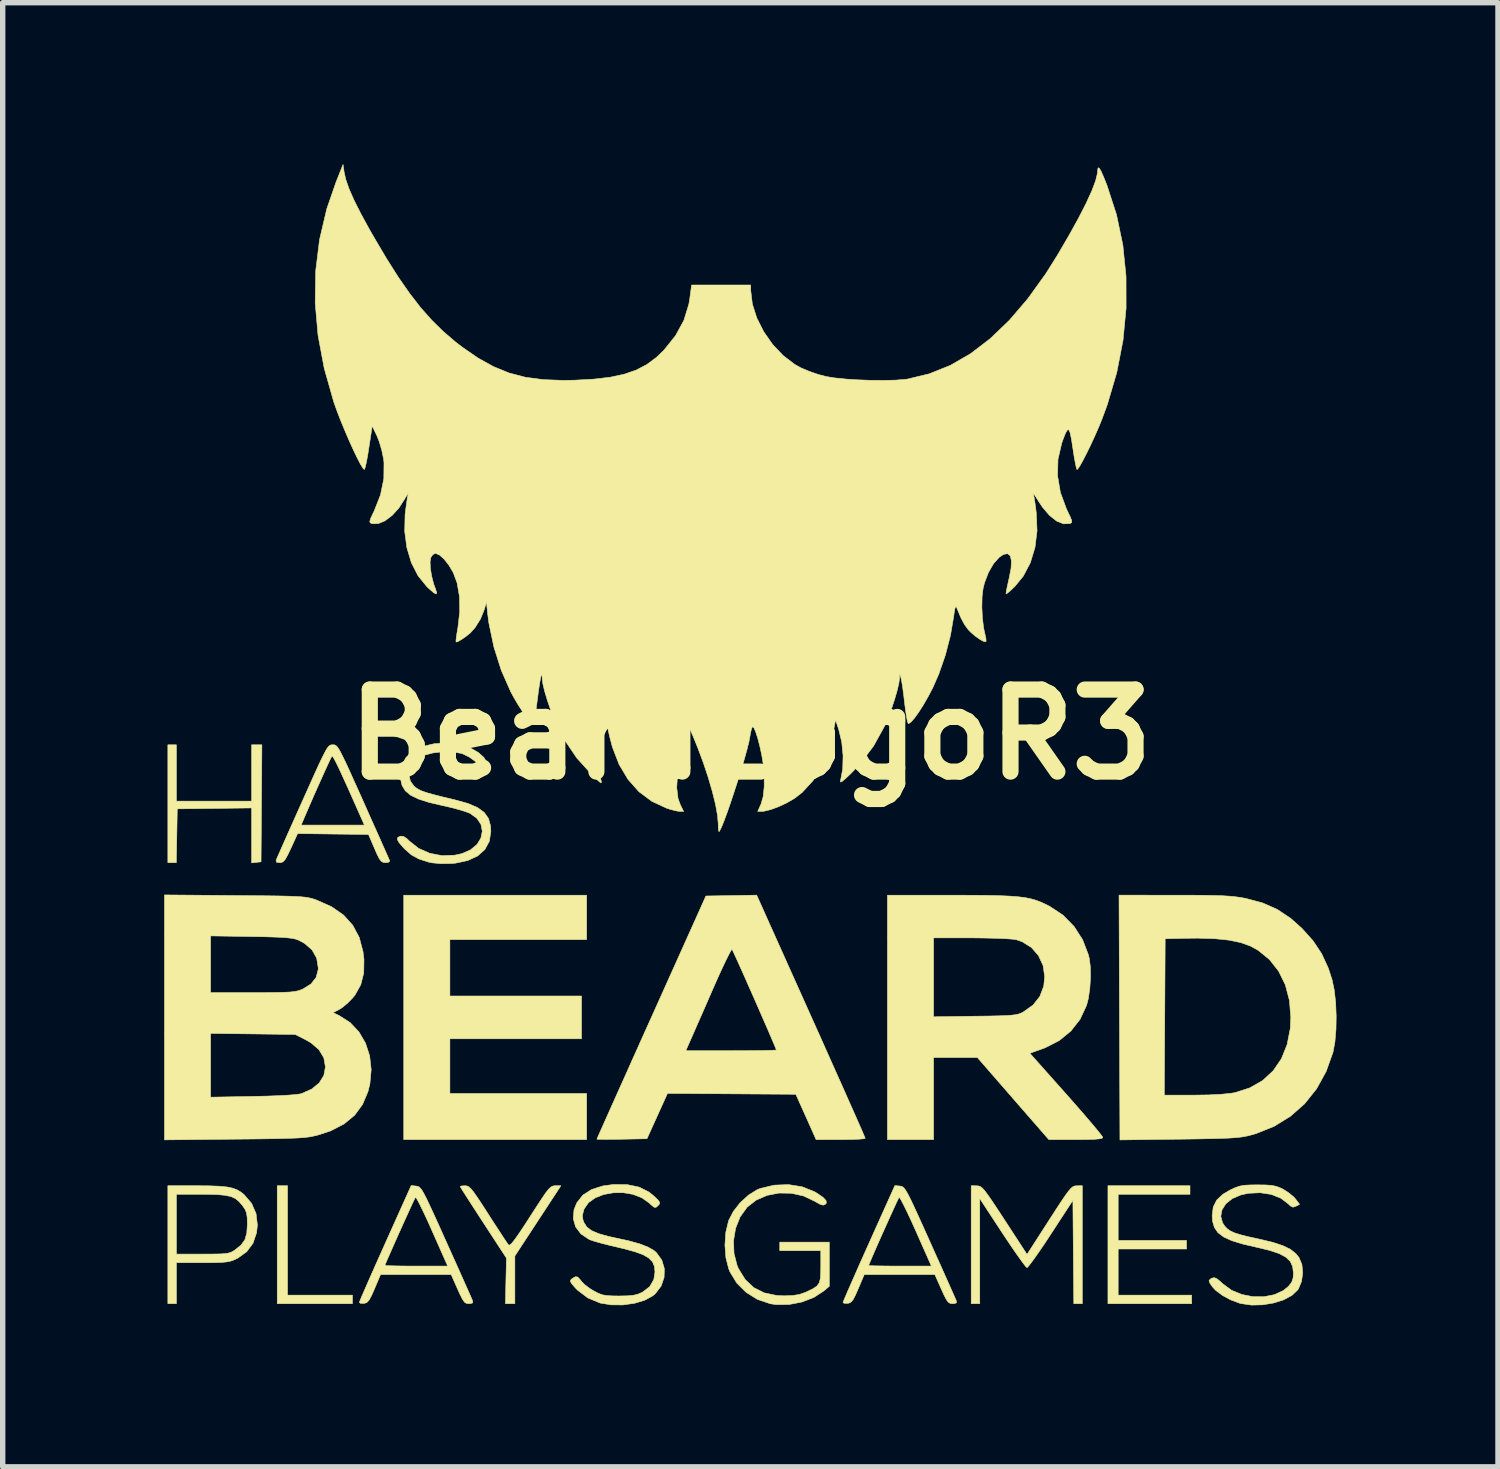
<source format=kicad_pcb>
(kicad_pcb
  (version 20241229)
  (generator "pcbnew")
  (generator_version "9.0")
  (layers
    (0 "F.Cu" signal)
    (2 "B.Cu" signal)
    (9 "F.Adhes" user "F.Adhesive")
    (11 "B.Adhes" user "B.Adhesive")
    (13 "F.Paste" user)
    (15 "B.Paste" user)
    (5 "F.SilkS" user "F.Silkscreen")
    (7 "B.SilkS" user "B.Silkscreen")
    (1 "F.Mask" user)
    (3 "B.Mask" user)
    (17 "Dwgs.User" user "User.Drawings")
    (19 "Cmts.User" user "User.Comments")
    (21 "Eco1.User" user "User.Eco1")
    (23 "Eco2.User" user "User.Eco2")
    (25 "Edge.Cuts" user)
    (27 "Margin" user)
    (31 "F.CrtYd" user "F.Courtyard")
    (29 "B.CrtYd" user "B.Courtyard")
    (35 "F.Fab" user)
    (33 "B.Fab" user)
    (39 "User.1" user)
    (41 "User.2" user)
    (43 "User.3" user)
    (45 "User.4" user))
  (footprint "BeardLogoR3"
    (layer "F.Cu")
    (at 10.895 10.594)
    (property "Reference" "BeardLogoR3" (at 0 0 0) (layer "F.SilkS") (effects (font (size 1.524 1.524) (thickness 0.3))))
    (attr through_hole)
    (fp_poly (pts (xy -8.604 10.414) (xy -7.398 10.414) (xy -7.398 10.573) (xy -8.795 10.573) (xy -8.795 8.382) (xy -8.604 8.382) (xy -8.604 10.414)) (stroke (width 0.01) (type solid)) (fill yes) (layer "F.SilkS"))
    (fp_poly (pts (xy -3.048 3.81) (xy -5.588 3.81) (xy -5.588 4.858) (xy -3.143 4.858) (xy -3.143 5.652) (xy -5.588 5.652) (xy -5.588 6.668) (xy -3.048 6.668) (xy -3.048 7.525) (xy -6.445 7.525) (xy -6.445 2.985) (xy -3.048 2.985) (xy -3.048 3.81)) (stroke (width 0.01) (type solid)) (fill yes) (layer "F.SilkS"))
    (fp_poly (pts (xy 8.16 8.541) (xy 6.826 8.541) (xy 6.826 9.398) (xy 8.096 9.398) (xy 8.096 9.557) (xy 6.826 9.557) (xy 6.826 10.414) (xy 8.191 10.414) (xy 8.191 10.573) (xy 6.636 10.573) (xy 6.636 8.382) (xy 8.16 8.382) (xy 8.16 8.541)) (stroke (width 0.01) (type solid)) (fill yes) (layer "F.SilkS"))
    (fp_poly (pts (xy -10.668 1.238) (xy -9.271 1.238) (xy -9.271 0.191) (xy -9.08 0.191) (xy -9.088 1.278) (xy -9.096 2.365) (xy -9.184 2.375) (xy -9.271 2.385) (xy -9.271 1.364) (xy -9.962 1.373) (xy -10.652 1.381) (xy -10.661 1.881) (xy -10.67 2.381) (xy -10.827 2.381) (xy -10.827 0.191) (xy -10.668 0.191) (xy -10.668 1.238)) (stroke (width 0.01) (type solid)) (fill yes) (layer "F.SilkS"))
    (fp_poly (pts (xy -4.381 9.687) (xy -4.381 10.573) (xy -4.469 10.573) (xy -4.556 10.573) (xy -4.547 10.15) (xy -4.537 9.727) (xy -4.967 9.068) (xy -5.085 8.886) (xy -5.191 8.722) (xy -5.28 8.584) (xy -5.347 8.479) (xy -5.387 8.414) (xy -5.397 8.395) (xy -5.37 8.386) (xy -5.305 8.382) (xy -5.271 8.386) (xy -5.237 8.402) (xy -5.198 8.437) (xy -5.148 8.498) (xy -5.082 8.592) (xy -4.993 8.726) (xy -4.876 8.907) (xy -4.872 8.914) (xy -4.766 9.079) (xy -4.669 9.227) (xy -4.589 9.35) (xy -4.53 9.437) (xy -4.498 9.482) (xy -4.496 9.484) (xy -4.475 9.483) (xy -4.437 9.449) (xy -4.38 9.377) (xy -4.299 9.262) (xy -4.192 9.101) (xy -4.096 8.952) (xy -3.974 8.763) (xy -3.881 8.622) (xy -3.812 8.52) (xy -3.759 8.452) (xy -3.718 8.411) (xy -3.684 8.391) (xy -3.651 8.383) (xy -3.628 8.382) (xy -3.526 8.382) (xy -4.381 9.687)) (stroke (width 0.01) (type solid)) (fill yes) (layer "F.SilkS"))
    (fp_poly (pts (xy 6.16 10.573) (xy 6.002 10.573) (xy 5.993 9.613) (xy 5.985 8.653) (xy 5.576 9.28) (xy 5.46 9.456) (xy 5.353 9.613) (xy 5.262 9.743) (xy 5.19 9.839) (xy 5.145 9.894) (xy 5.132 9.904) (xy 5.105 9.878) (xy 5.049 9.805) (xy 4.969 9.694) (xy 4.87 9.552) (xy 4.758 9.386) (xy 4.675 9.261) (xy 4.255 8.62) (xy 4.255 9.596) (xy 4.255 10.573) (xy 4.096 10.573) (xy 4.096 8.382) (xy 4.199 8.383) (xy 4.233 8.386) (xy 4.265 8.397) (xy 4.3 8.423) (xy 4.344 8.47) (xy 4.4 8.545) (xy 4.476 8.654) (xy 4.575 8.803) (xy 4.703 8.998) (xy 4.718 9.021) (xy 5.133 9.658) (xy 5.543 9.021) (xy 5.673 8.82) (xy 5.773 8.667) (xy 5.85 8.554) (xy 5.908 8.476) (xy 5.952 8.427) (xy 5.987 8.399) (xy 6.019 8.386) (xy 6.053 8.383) (xy 6.056 8.383) (xy 6.16 8.382) (xy 6.16 10.573)) (stroke (width 0.01) (type solid)) (fill yes) (layer "F.SilkS"))
    (fp_poly (pts (xy -10.295 8.382) (xy -10.057 8.384) (xy -9.872 8.391) (xy -9.729 8.405) (xy -9.62 8.428) (xy -9.533 8.462) (xy -9.459 8.508) (xy -9.411 8.547) (xy -9.272 8.709) (xy -9.189 8.899) (xy -9.164 9.11) (xy -9.179 9.254) (xy -9.245 9.45) (xy -9.362 9.608) (xy -9.527 9.726) (xy -9.535 9.73) (xy -9.601 9.761) (xy -9.663 9.783) (xy -9.733 9.797) (xy -9.825 9.806) (xy -9.951 9.81) (xy -10.124 9.811) (xy -10.182 9.811) (xy -10.668 9.811) (xy -10.668 10.573) (xy -10.827 10.573) (xy -10.827 8.541) (xy -10.668 8.541) (xy -10.668 9.652) (xy -10.181 9.652) (xy -9.992 9.651) (xy -9.856 9.649) (xy -9.76 9.642) (xy -9.693 9.631) (xy -9.643 9.613) (xy -9.599 9.588) (xy -9.588 9.581) (xy -9.47 9.487) (xy -9.397 9.387) (xy -9.361 9.264) (xy -9.35 9.1) (xy -9.353 8.972) (xy -9.366 8.886) (xy -9.394 8.819) (xy -9.442 8.749) (xy -9.506 8.675) (xy -9.574 8.62) (xy -9.658 8.582) (xy -9.769 8.559) (xy -9.916 8.546) (xy -10.112 8.541) (xy -10.207 8.541) (xy -10.668 8.541) (xy -10.827 8.541) (xy -10.827 8.382) (xy -10.295 8.382)) (stroke (width 0.01) (type solid)) (fill yes) (layer "F.SilkS"))
    (fp_poly (pts (xy 0.953 8.401) (xy 1.181 8.491) (xy 1.235 8.523) (xy 1.345 8.599) (xy 1.4 8.658) (xy 1.405 8.704) (xy 1.385 8.728) (xy 1.346 8.743) (xy 1.288 8.727) (xy 1.198 8.676) (xy 1.192 8.672) (xy 0.983 8.573) (xy 0.757 8.522) (xy 0.527 8.518) (xy 0.304 8.561) (xy 0.102 8.649) (xy -0.066 8.78) (xy -0.069 8.784) (xy -0.197 8.962) (xy -0.281 9.174) (xy -0.319 9.405) (xy -0.31 9.641) (xy -0.252 9.865) (xy -0.227 9.923) (xy -0.102 10.125) (xy 0.056 10.274) (xy 0.251 10.372) (xy 0.485 10.421) (xy 0.619 10.427) (xy 0.781 10.421) (xy 0.906 10.401) (xy 1.019 10.361) (xy 1.031 10.356) (xy 1.15 10.299) (xy 1.228 10.248) (xy 1.273 10.186) (xy 1.295 10.1) (xy 1.301 9.973) (xy 1.302 9.885) (xy 1.302 9.588) (xy 0.54 9.588) (xy 0.54 9.43) (xy 1.46 9.43) (xy 1.46 10.25) (xy 1.357 10.337) (xy 1.171 10.458) (xy 0.948 10.543) (xy 0.708 10.589) (xy 0.47 10.59) (xy 0.362 10.574) (xy 0.124 10.493) (xy -0.086 10.362) (xy -0.259 10.19) (xy -0.385 9.983) (xy -0.408 9.927) (xy -0.461 9.718) (xy -0.479 9.482) (xy -0.462 9.245) (xy -0.411 9.033) (xy -0.409 9.026) (xy -0.322 8.859) (xy -0.195 8.697) (xy -0.042 8.557) (xy 0.118 8.457) (xy 0.176 8.433) (xy 0.437 8.371) (xy 0.701 8.361) (xy 0.953 8.401)) (stroke (width 0.01) (type solid)) (fill yes) (layer "F.SilkS"))
    (fp_poly (pts (xy 7.874 2.985) (xy 8.17 2.985) (xy 8.411 2.987) (xy 8.605 2.99) (xy 8.762 2.995) (xy 8.89 3.003) (xy 8.996 3.013) (xy 9.091 3.026) (xy 9.182 3.042) (xy 9.201 3.046) (xy 9.512 3.13) (xy 9.782 3.249) (xy 10.028 3.413) (xy 10.241 3.603) (xy 10.448 3.834) (xy 10.606 4.072) (xy 10.729 4.339) (xy 10.8 4.558) (xy 10.84 4.749) (xy 10.866 4.98) (xy 10.876 5.23) (xy 10.872 5.481) (xy 10.852 5.711) (xy 10.817 5.9) (xy 10.816 5.905) (xy 10.688 6.262) (xy 10.512 6.581) (xy 10.29 6.859) (xy 10.025 7.093) (xy 9.72 7.28) (xy 9.38 7.416) (xy 9.312 7.435) (xy 9.24 7.454) (xy 9.168 7.469) (xy 9.087 7.481) (xy 8.99 7.49) (xy 8.87 7.498) (xy 8.717 7.503) (xy 8.525 7.508) (xy 8.286 7.513) (xy 7.992 7.517) (xy 7.962 7.517) (xy 6.859 7.531) (xy 6.856 6.699) (xy 7.683 6.699) (xy 8.231 6.699) (xy 8.509 6.695) (xy 8.741 6.683) (xy 8.921 6.665) (xy 8.994 6.653) (xy 9.271 6.564) (xy 9.509 6.428) (xy 9.706 6.246) (xy 9.859 6.022) (xy 9.965 5.758) (xy 10.023 5.46) (xy 10.033 5.255) (xy 10.007 4.938) (xy 9.931 4.65) (xy 9.807 4.397) (xy 9.638 4.182) (xy 9.427 4.01) (xy 9.283 3.93) (xy 9.105 3.866) (xy 8.886 3.82) (xy 8.62 3.793) (xy 8.303 3.783) (xy 8.111 3.785) (xy 7.699 3.794) (xy 7.691 5.247) (xy 7.683 6.699) (xy 6.856 6.699) (xy 6.842 2.984) (xy 7.874 2.985)) (stroke (width 0.01) (type solid)) (fill yes) (layer "F.SilkS"))
    (fp_poly (pts (xy -6.212 8.388) (xy -6.186 8.393) (xy -6.161 8.404) (xy -6.136 8.427) (xy -6.105 8.468) (xy -6.068 8.533) (xy -6.019 8.627) (xy -5.958 8.757) (xy -5.879 8.927) (xy -5.781 9.143) (xy -5.661 9.411) (xy -5.651 9.432) (xy -5.543 9.673) (xy -5.442 9.897) (xy -5.353 10.097) (xy -5.277 10.267) (xy -5.219 10.398) (xy -5.181 10.485) (xy -5.166 10.52) (xy -5.164 10.558) (xy -5.209 10.572) (xy -5.235 10.573) (xy -5.279 10.568) (xy -5.315 10.546) (xy -5.352 10.495) (xy -5.398 10.405) (xy -5.444 10.303) (xy -5.564 10.033) (xy -6.876 10.033) (xy -6.987 10.295) (xy -7.043 10.422) (xy -7.086 10.502) (xy -7.123 10.545) (xy -7.164 10.564) (xy -7.184 10.567) (xy -7.247 10.566) (xy -7.271 10.551) (xy -7.258 10.517) (xy -7.223 10.432) (xy -7.166 10.302) (xy -7.093 10.134) (xy -7.004 9.934) (xy -6.972 9.862) (xy -6.795 9.862) (xy -6.764 9.866) (xy -6.681 9.869) (xy -6.553 9.872) (xy -6.392 9.874) (xy -6.212 9.874) (xy -5.629 9.874) (xy -5.917 9.224) (xy -6 9.038) (xy -6.077 8.874) (xy -6.141 8.742) (xy -6.19 8.648) (xy -6.22 8.6) (xy -6.227 8.597) (xy -6.245 8.63) (xy -6.283 8.71) (xy -6.337 8.828) (xy -6.403 8.973) (xy -6.476 9.134) (xy -6.551 9.301) (xy -6.623 9.463) (xy -6.688 9.611) (xy -6.742 9.733) (xy -6.779 9.82) (xy -6.794 9.861) (xy -6.795 9.862) (xy -6.972 9.862) (xy -6.904 9.709) (xy -6.795 9.466) (xy -6.789 9.452) (xy -6.307 8.379) (xy -6.212 8.388)) (stroke (width 0.01) (type solid)) (fill yes) (layer "F.SilkS"))
    (fp_poly (pts (xy 2.774 8.388) (xy 2.8 8.393) (xy 2.824 8.404) (xy 2.85 8.427) (xy 2.88 8.468) (xy 2.918 8.533) (xy 2.966 8.627) (xy 3.028 8.757) (xy 3.106 8.927) (xy 3.204 9.143) (xy 3.325 9.411) (xy 3.334 9.432) (xy 3.442 9.673) (xy 3.543 9.897) (xy 3.632 10.097) (xy 3.708 10.267) (xy 3.766 10.398) (xy 3.805 10.485) (xy 3.819 10.52) (xy 3.821 10.558) (xy 3.777 10.572) (xy 3.751 10.573) (xy 3.706 10.568) (xy 3.67 10.546) (xy 3.633 10.495) (xy 3.587 10.405) (xy 3.541 10.303) (xy 3.421 10.033) (xy 2.109 10.033) (xy 1.998 10.295) (xy 1.942 10.422) (xy 1.9 10.502) (xy 1.862 10.545) (xy 1.821 10.564) (xy 1.801 10.567) (xy 1.738 10.566) (xy 1.714 10.551) (xy 1.727 10.517) (xy 1.763 10.432) (xy 1.819 10.302) (xy 1.893 10.134) (xy 1.981 9.934) (xy 2.012 9.863) (xy 2.191 9.863) (xy 2.221 9.867) (xy 2.305 9.87) (xy 2.432 9.872) (xy 2.593 9.874) (xy 2.773 9.874) (xy 3.356 9.874) (xy 3.068 9.224) (xy 2.984 9.038) (xy 2.908 8.875) (xy 2.843 8.743) (xy 2.794 8.649) (xy 2.764 8.601) (xy 2.757 8.597) (xy 2.739 8.63) (xy 2.701 8.71) (xy 2.647 8.828) (xy 2.581 8.973) (xy 2.509 9.134) (xy 2.434 9.3) (xy 2.362 9.463) (xy 2.297 9.611) (xy 2.244 9.734) (xy 2.207 9.821) (xy 2.191 9.862) (xy 2.191 9.863) (xy 2.012 9.863) (xy 2.081 9.709) (xy 2.19 9.466) (xy 2.196 9.452) (xy 2.678 8.379) (xy 2.774 8.388)) (stroke (width 0.01) (type solid)) (fill yes) (layer "F.SilkS"))
    (fp_poly (pts (xy 3.723 2.985) (xy 4.068 2.986) (xy 4.357 2.988) (xy 4.597 2.993) (xy 4.794 3.001) (xy 4.957 3.013) (xy 5.091 3.029) (xy 5.205 3.052) (xy 5.305 3.081) (xy 5.399 3.117) (xy 5.493 3.161) (xy 5.557 3.194) (xy 5.803 3.357) (xy 6.008 3.567) (xy 6.166 3.813) (xy 6.272 4.09) (xy 6.29 4.163) (xy 6.31 4.322) (xy 6.312 4.516) (xy 6.299 4.719) (xy 6.271 4.907) (xy 6.239 5.032) (xy 6.118 5.291) (xy 5.947 5.509) (xy 5.73 5.686) (xy 5.466 5.821) (xy 5.413 5.84) (xy 5.185 5.921) (xy 5.863 6.683) (xy 6.028 6.87) (xy 6.178 7.042) (xy 6.309 7.195) (xy 6.415 7.321) (xy 6.492 7.416) (xy 6.534 7.472) (xy 6.54 7.485) (xy 6.524 7.501) (xy 6.472 7.512) (xy 6.376 7.52) (xy 6.23 7.524) (xy 6.039 7.525) (xy 5.538 7.525) (xy 4.874 6.763) (xy 4.211 6.001) (xy 3.397 6.001) (xy 3.397 7.525) (xy 2.54 7.525) (xy 2.54 5.244) (xy 3.397 5.244) (xy 4.167 5.233) (xy 4.41 5.23) (xy 4.599 5.226) (xy 4.741 5.221) (xy 4.846 5.214) (xy 4.923 5.204) (xy 4.98 5.191) (xy 5.026 5.174) (xy 5.064 5.154) (xy 5.245 5.025) (xy 5.372 4.864) (xy 5.444 4.672) (xy 5.461 4.5) (xy 5.431 4.292) (xy 5.347 4.109) (xy 5.216 3.958) (xy 5.043 3.85) (xy 4.937 3.813) (xy 4.865 3.802) (xy 4.739 3.793) (xy 4.571 3.786) (xy 4.369 3.781) (xy 4.145 3.778) (xy 4.104 3.778) (xy 3.397 3.778) (xy 3.397 5.244) (xy 2.54 5.244) (xy 2.54 2.985) (xy 3.723 2.985)) (stroke (width 0.01) (type solid)) (fill yes) (layer "F.SilkS"))
    (fp_poly (pts (xy 1.119 5.231) (xy 1.279 5.587) (xy 1.43 5.926) (xy 1.572 6.244) (xy 1.703 6.536) (xy 1.819 6.798) (xy 1.92 7.025) (xy 2.003 7.213) (xy 2.067 7.358) (xy 2.108 7.455) (xy 2.127 7.499) (xy 2.127 7.501) (xy 2.097 7.51) (xy 2.015 7.517) (xy 1.892 7.522) (xy 1.739 7.524) (xy 1.671 7.525) (xy 1.215 7.525) (xy 1.027 7.104) (xy 0.838 6.683) (xy -1.546 6.667) (xy -1.927 7.509) (xy -2.392 7.518) (xy -2.556 7.52) (xy -2.694 7.521) (xy -2.797 7.52) (xy -2.851 7.518) (xy -2.857 7.517) (xy -2.845 7.487) (xy -2.808 7.404) (xy -2.749 7.271) (xy -2.67 7.094) (xy -2.573 6.877) (xy -2.46 6.624) (xy -2.332 6.34) (xy -2.193 6.028) (xy -2.123 5.874) (xy -1.206 5.874) (xy -0.365 5.874) (xy -0.141 5.873) (xy 0.06 5.872) (xy 0.231 5.87) (xy 0.362 5.867) (xy 0.447 5.864) (xy 0.476 5.86) (xy 0.464 5.826) (xy 0.429 5.743) (xy 0.376 5.619) (xy 0.309 5.463) (xy 0.23 5.282) (xy 0.145 5.087) (xy 0.056 4.884) (xy -0.033 4.684) (xy -0.117 4.493) (xy -0.194 4.322) (xy -0.259 4.177) (xy -0.309 4.069) (xy -0.339 4.005) (xy -0.347 3.991) (xy -0.365 4.012) (xy -0.405 4.085) (xy -0.463 4.201) (xy -0.535 4.353) (xy -0.618 4.535) (xy -0.707 4.737) (xy -0.802 4.955) (xy -0.893 5.163) (xy -0.976 5.351) (xy -1.046 5.511) (xy -1.098 5.63) (xy -1.125 5.691) (xy -1.206 5.874) (xy -2.123 5.874) (xy -2.043 5.694) (xy -1.885 5.342) (xy -1.845 5.254) (xy -0.832 3) (xy -0.361 2.992) (xy 0.111 2.984) (xy 1.119 5.231)) (stroke (width 0.01) (type solid)) (fill yes) (layer "F.SilkS"))
    (fp_poly (pts (xy -7.738 0.192) (xy -7.715 0.199) (xy -7.691 0.217) (xy -7.663 0.252) (xy -7.628 0.31) (xy -7.584 0.396) (xy -7.526 0.515) (xy -7.453 0.673) (xy -7.362 0.875) (xy -7.248 1.128) (xy -7.191 1.255) (xy -7.083 1.499) (xy -6.982 1.724) (xy -6.892 1.925) (xy -6.817 2.095) (xy -6.758 2.227) (xy -6.72 2.314) (xy -6.705 2.35) (xy -6.705 2.35) (xy -6.724 2.372) (xy -6.784 2.381) (xy -6.829 2.375) (xy -6.865 2.353) (xy -6.902 2.302) (xy -6.947 2.211) (xy -6.987 2.119) (xy -7.1 1.857) (xy -7.758 1.849) (xy -8.416 1.84) (xy -8.54 2.111) (xy -8.601 2.239) (xy -8.646 2.319) (xy -8.683 2.362) (xy -8.721 2.379) (xy -8.749 2.381) (xy -8.808 2.373) (xy -8.817 2.341) (xy -8.812 2.326) (xy -8.795 2.285) (xy -8.754 2.193) (xy -8.694 2.056) (xy -8.617 1.883) (xy -8.528 1.683) (xy -8.351 1.683) (xy -7.176 1.683) (xy -7.257 1.5) (xy -7.388 1.205) (xy -7.496 0.963) (xy -7.583 0.772) (xy -7.651 0.625) (xy -7.703 0.519) (xy -7.74 0.449) (xy -7.764 0.412) (xy -7.778 0.402) (xy -7.78 0.403) (xy -7.799 0.438) (xy -7.838 0.521) (xy -7.895 0.644) (xy -7.963 0.795) (xy -8.04 0.966) (xy -8.12 1.147) (xy -8.199 1.328) (xy -8.273 1.5) (xy -8.307 1.58) (xy -8.351 1.683) (xy -8.528 1.683) (xy -8.526 1.68) (xy -8.425 1.453) (xy -8.325 1.23) (xy -8.203 0.958) (xy -8.104 0.737) (xy -8.025 0.564) (xy -7.962 0.432) (xy -7.913 0.335) (xy -7.876 0.268) (xy -7.846 0.226) (xy -7.82 0.203) (xy -7.797 0.193) (xy -7.772 0.191) (xy -7.764 0.191) (xy -7.738 0.192)) (stroke (width 0.01) (type solid)) (fill yes) (layer "F.SilkS"))
    (fp_poly (pts (xy -5.423 0.183) (xy -5.22 0.243) (xy -5.063 0.332) (xy -4.957 0.426) (xy -4.912 0.5) (xy -4.927 0.554) (xy -4.949 0.569) (xy -4.996 0.581) (xy -5.049 0.558) (xy -5.121 0.496) (xy -5.225 0.421) (xy -5.345 0.361) (xy -5.379 0.35) (xy -5.538 0.323) (xy -5.72 0.321) (xy -5.9 0.342) (xy -6.055 0.382) (xy -6.117 0.411) (xy -6.245 0.509) (xy -6.324 0.624) (xy -6.35 0.748) (xy -6.321 0.868) (xy -6.259 0.953) (xy -6.219 0.989) (xy -6.171 1.02) (xy -6.107 1.05) (xy -6.018 1.081) (xy -5.895 1.115) (xy -5.728 1.158) (xy -5.509 1.21) (xy -5.482 1.217) (xy -5.249 1.282) (xy -5.073 1.358) (xy -4.949 1.449) (xy -4.871 1.56) (xy -4.833 1.696) (xy -4.827 1.8) (xy -4.855 1.983) (xy -4.938 2.136) (xy -5.072 2.256) (xy -5.255 2.341) (xy -5.484 2.39) (xy -5.572 2.397) (xy -5.755 2.399) (xy -5.917 2.384) (xy -5.985 2.37) (xy -6.165 2.312) (xy -6.305 2.235) (xy -6.429 2.126) (xy -6.456 2.097) (xy -6.533 2.007) (xy -6.565 1.949) (xy -6.557 1.913) (xy -6.51 1.889) (xy -6.509 1.889) (xy -6.451 1.891) (xy -6.381 1.939) (xy -6.342 1.978) (xy -6.17 2.115) (xy -5.964 2.206) (xy -5.736 2.25) (xy -5.499 2.242) (xy -5.362 2.212) (xy -5.202 2.141) (xy -5.084 2.042) (xy -5.012 1.924) (xy -4.986 1.797) (xy -5.01 1.672) (xy -5.085 1.558) (xy -5.212 1.466) (xy -5.222 1.461) (xy -5.305 1.43) (xy -5.431 1.392) (xy -5.584 1.352) (xy -5.726 1.32) (xy -5.978 1.261) (xy -6.173 1.198) (xy -6.317 1.128) (xy -6.416 1.046) (xy -6.476 0.947) (xy -6.505 0.827) (xy -6.509 0.746) (xy -6.482 0.571) (xy -6.402 0.425) (xy -6.264 0.305) (xy -6.264 0.304) (xy -6.084 0.219) (xy -5.873 0.17) (xy -5.647 0.159) (xy -5.423 0.183)) (stroke (width 0.01) (type solid)) (fill yes) (layer "F.SilkS"))
    (fp_poly (pts (xy 9.57 8.368) (xy 9.681 8.376) (xy 9.765 8.394) (xy 9.843 8.424) (xy 9.887 8.445) (xy 9.992 8.512) (xy 10.086 8.589) (xy 10.119 8.626) (xy 10.196 8.727) (xy 10.128 8.763) (xy 10.074 8.781) (xy 10.026 8.758) (xy 9.988 8.721) (xy 9.848 8.614) (xy 9.669 8.543) (xy 9.464 8.512) (xy 9.248 8.522) (xy 9.105 8.553) (xy 8.946 8.621) (xy 8.827 8.716) (xy 8.755 8.829) (xy 8.732 8.95) (xy 8.765 9.071) (xy 8.807 9.134) (xy 8.854 9.183) (xy 8.912 9.223) (xy 8.991 9.259) (xy 9.1 9.293) (xy 9.251 9.331) (xy 9.453 9.375) (xy 9.471 9.379) (xy 9.707 9.436) (xy 9.888 9.496) (xy 10.025 9.563) (xy 10.127 9.644) (xy 10.185 9.716) (xy 10.239 9.844) (xy 10.254 10) (xy 10.232 10.159) (xy 10.174 10.298) (xy 10.162 10.316) (xy 10.055 10.418) (xy 9.901 10.501) (xy 9.715 10.56) (xy 9.511 10.594) (xy 9.304 10.599) (xy 9.108 10.571) (xy 9.078 10.563) (xy 8.918 10.503) (xy 8.765 10.421) (xy 8.64 10.328) (xy 8.575 10.258) (xy 8.526 10.185) (xy 8.514 10.143) (xy 8.54 10.115) (xy 8.568 10.099) (xy 8.61 10.089) (xy 8.659 10.109) (xy 8.731 10.167) (xy 8.773 10.207) (xy 8.933 10.324) (xy 9.122 10.402) (xy 9.326 10.442) (xy 9.532 10.444) (xy 9.726 10.406) (xy 9.894 10.329) (xy 9.989 10.252) (xy 10.049 10.175) (xy 10.076 10.093) (xy 10.081 10.002) (xy 10.067 9.885) (xy 10.023 9.788) (xy 9.941 9.709) (xy 9.815 9.642) (xy 9.639 9.583) (xy 9.406 9.527) (xy 9.398 9.525) (xy 9.139 9.465) (xy 8.937 9.403) (xy 8.786 9.334) (xy 8.68 9.254) (xy 8.614 9.159) (xy 8.58 9.045) (xy 8.572 8.938) (xy 8.592 8.778) (xy 8.656 8.649) (xy 8.77 8.541) (xy 8.906 8.461) (xy 9.001 8.417) (xy 9.082 8.389) (xy 9.171 8.373) (xy 9.287 8.367) (xy 9.415 8.366) (xy 9.57 8.368)) (stroke (width 0.01) (type solid)) (fill yes) (layer "F.SilkS"))
    (fp_poly (pts (xy -2.29 8.362) (xy -2.071 8.408) (xy -1.887 8.501) (xy -1.799 8.573) (xy -1.725 8.644) (xy -1.693 8.688) (xy -1.695 8.72) (xy -1.722 8.752) (xy -1.759 8.783) (xy -1.793 8.782) (xy -1.842 8.744) (xy -1.884 8.704) (xy -2.022 8.606) (xy -2.188 8.542) (xy -2.369 8.511) (xy -2.554 8.513) (xy -2.731 8.545) (xy -2.888 8.607) (xy -3.013 8.696) (xy -3.094 8.813) (xy -3.103 8.837) (xy -3.126 8.934) (xy -3.116 9.016) (xy -3.096 9.068) (xy -3.045 9.148) (xy -2.958 9.215) (xy -2.828 9.271) (xy -2.647 9.322) (xy -2.524 9.349) (xy -2.265 9.405) (xy -2.062 9.462) (xy -1.909 9.521) (xy -1.799 9.584) (xy -1.754 9.622) (xy -1.652 9.762) (xy -1.604 9.922) (xy -1.609 10.087) (xy -1.664 10.246) (xy -1.771 10.386) (xy -1.819 10.427) (xy -1.969 10.509) (xy -2.16 10.566) (xy -2.373 10.596) (xy -2.59 10.595) (xy -2.793 10.562) (xy -2.796 10.561) (xy -3.023 10.468) (xy -3.219 10.32) (xy -3.272 10.264) (xy -3.331 10.194) (xy -3.351 10.153) (xy -3.338 10.125) (xy -3.316 10.107) (xy -3.256 10.072) (xy -3.213 10.078) (xy -3.163 10.132) (xy -3.148 10.154) (xy -3.085 10.218) (xy -2.989 10.291) (xy -2.915 10.336) (xy -2.829 10.381) (xy -2.753 10.409) (xy -2.667 10.423) (xy -2.552 10.429) (xy -2.445 10.43) (xy -2.29 10.427) (xy -2.181 10.417) (xy -2.097 10.397) (xy -2.02 10.364) (xy -2.009 10.358) (xy -1.876 10.257) (xy -1.8 10.125) (xy -1.778 9.985) (xy -1.788 9.881) (xy -1.824 9.796) (xy -1.893 9.725) (xy -2 9.663) (xy -2.154 9.607) (xy -2.361 9.551) (xy -2.478 9.523) (xy -2.643 9.484) (xy -2.794 9.445) (xy -2.916 9.41) (xy -2.993 9.383) (xy -3 9.38) (xy -3.153 9.278) (xy -3.253 9.146) (xy -3.296 8.994) (xy -3.282 8.827) (xy -3.231 8.7) (xy -3.119 8.557) (xy -2.956 8.452) (xy -2.744 8.385) (xy -2.551 8.359) (xy -2.29 8.362)) (stroke (width 0.01) (type solid)) (fill yes) (layer "F.SilkS"))
    (fp_poly (pts (xy -9.581 2.991) (xy -9.257 2.994) (xy -8.99 2.996) (xy -8.774 2.999) (xy -8.601 3.003) (xy -8.465 3.008) (xy -8.359 3.014) (xy -8.277 3.022) (xy -8.212 3.032) (xy -8.157 3.045) (xy -8.106 3.06) (xy -8.065 3.075) (xy -7.786 3.199) (xy -7.563 3.354) (xy -7.392 3.544) (xy -7.272 3.769) (xy -7.202 4.033) (xy -7.184 4.177) (xy -7.188 4.429) (xy -7.243 4.647) (xy -7.35 4.839) (xy -7.401 4.901) (xy -7.492 4.993) (xy -7.588 5.072) (xy -7.645 5.109) (xy -7.759 5.167) (xy -7.645 5.221) (xy -7.441 5.351) (xy -7.277 5.525) (xy -7.155 5.734) (xy -7.078 5.971) (xy -7.05 6.226) (xy -7.074 6.49) (xy -7.109 6.632) (xy -7.21 6.872) (xy -7.357 7.072) (xy -7.553 7.234) (xy -7.799 7.361) (xy -8.017 7.434) (xy -8.084 7.452) (xy -8.149 7.466) (xy -8.221 7.478) (xy -8.305 7.487) (xy -8.409 7.495) (xy -8.54 7.5) (xy -8.705 7.505) (xy -8.91 7.509) (xy -9.163 7.513) (xy -9.47 7.516) (xy -9.581 7.517) (xy -10.89 7.53) (xy -10.89 6.737) (xy -10.033 6.737) (xy -9.247 6.723) (xy -8.992 6.717) (xy -8.769 6.709) (xy -8.583 6.699) (xy -8.444 6.687) (xy -8.359 6.675) (xy -8.347 6.672) (xy -8.156 6.587) (xy -8.016 6.473) (xy -7.929 6.333) (xy -7.9 6.175) (xy -7.93 6.005) (xy -8.02 5.855) (xy -8.169 5.727) (xy -8.272 5.668) (xy -8.461 5.572) (xy -9.247 5.562) (xy -10.033 5.552) (xy -10.033 6.737) (xy -10.89 6.737) (xy -10.89 4.794) (xy -10.033 4.794) (xy -9.253 4.794) (xy -9.008 4.794) (xy -8.817 4.792) (xy -8.671 4.789) (xy -8.562 4.784) (xy -8.481 4.775) (xy -8.417 4.763) (xy -8.364 4.746) (xy -8.317 4.727) (xy -8.169 4.635) (xy -8.073 4.513) (xy -8.034 4.365) (xy -8.033 4.337) (xy -8.062 4.156) (xy -8.147 4.003) (xy -8.288 3.88) (xy -8.398 3.821) (xy -8.449 3.802) (xy -8.512 3.788) (xy -8.598 3.777) (xy -8.714 3.768) (xy -8.869 3.762) (xy -9.072 3.756) (xy -9.279 3.753) (xy -10.033 3.741) (xy -10.033 4.794) (xy -10.89 4.794) (xy -10.89 2.98) (xy -9.581 2.991)) (stroke (width 0.01) (type solid)) (fill yes) (layer "F.SilkS"))
    (fp_poly (pts (xy -7.552 -10.444) (xy -7.52 -10.304) (xy -7.459 -10.131) (xy -7.367 -9.922) (xy -7.241 -9.673) (xy -7.08 -9.378) (xy -7.004 -9.246) (xy -6.768 -8.846) (xy -6.547 -8.497) (xy -6.337 -8.195) (xy -6.132 -7.93) (xy -5.925 -7.697) (xy -5.712 -7.487) (xy -5.486 -7.294) (xy -5.362 -7.198) (xy -5.065 -6.993) (xy -4.778 -6.834) (xy -4.489 -6.716) (xy -4.184 -6.636) (xy -3.853 -6.592) (xy -3.482 -6.578) (xy -3.264 -6.582) (xy -2.907 -6.602) (xy -2.604 -6.638) (xy -2.346 -6.694) (xy -2.124 -6.771) (xy -1.93 -6.873) (xy -1.754 -7.003) (xy -1.611 -7.141) (xy -1.396 -7.409) (xy -1.241 -7.694) (xy -1.149 -7.994) (xy -1.132 -8.095) (xy -1.098 -8.35) (xy -0.549 -8.35) (xy 0 -8.35) (xy 0.000469 -8.247) (xy 0.031 -7.994) (xy 0.114 -7.735) (xy 0.242 -7.482) (xy 0.407 -7.246) (xy 0.603 -7.039) (xy 0.819 -6.874) (xy 0.933 -6.811) (xy 1.084 -6.747) (xy 1.256 -6.688) (xy 1.397 -6.65) (xy 1.559 -6.624) (xy 1.765 -6.603) (xy 1.998 -6.588) (xy 2.242 -6.579) (xy 2.48 -6.578) (xy 2.694 -6.583) (xy 2.868 -6.597) (xy 2.914 -6.603) (xy 3.316 -6.7) (xy 3.706 -6.856) (xy 4.084 -7.074) (xy 4.45 -7.354) (xy 4.805 -7.695) (xy 5.149 -8.097) (xy 5.483 -8.562) (xy 5.697 -8.903) (xy 5.908 -9.264) (xy 6.086 -9.585) (xy 6.229 -9.864) (xy 6.337 -10.1) (xy 6.408 -10.289) (xy 6.442 -10.431) (xy 6.445 -10.473) (xy 6.452 -10.525) (xy 6.471 -10.524) (xy 6.506 -10.468) (xy 6.556 -10.356) (xy 6.617 -10.203) (xy 6.795 -9.656) (xy 6.913 -9.091) (xy 6.972 -8.51) (xy 6.973 -7.92) (xy 6.916 -7.323) (xy 6.8 -6.725) (xy 6.625 -6.13) (xy 6.523 -5.853) (xy 6.46 -5.699) (xy 6.387 -5.534) (xy 6.312 -5.371) (xy 6.237 -5.218) (xy 6.17 -5.088) (xy 6.114 -4.988) (xy 6.074 -4.931) (xy 6.061 -4.921) (xy 6.05 -4.951) (xy 6.032 -5.031) (xy 6.01 -5.151) (xy 5.987 -5.298) (xy 5.984 -5.318) (xy 5.957 -5.493) (xy 5.933 -5.607) (xy 5.909 -5.661) (xy 5.881 -5.656) (xy 5.846 -5.594) (xy 5.8 -5.476) (xy 5.777 -5.41) (xy 5.708 -5.112) (xy 5.7 -4.805) (xy 5.753 -4.495) (xy 5.867 -4.186) (xy 5.883 -4.152) (xy 5.936 -4.042) (xy 5.962 -3.976) (xy 5.963 -3.941) (xy 5.943 -3.924) (xy 5.931 -3.919) (xy 5.811 -3.913) (xy 5.682 -3.965) (xy 5.549 -4.071) (xy 5.418 -4.225) (xy 5.346 -4.334) (xy 5.293 -4.418) (xy 5.259 -4.467) (xy 5.249 -4.471) (xy 5.251 -4.466) (xy 5.263 -4.41) (xy 5.28 -4.308) (xy 5.297 -4.179) (xy 5.305 -4.115) (xy 5.319 -3.786) (xy 5.281 -3.476) (xy 5.195 -3.192) (xy 5.063 -2.941) (xy 4.91 -2.754) (xy 4.832 -2.679) (xy 4.772 -2.628) (xy 4.744 -2.611) (xy 4.744 -2.612) (xy 4.746 -2.646) (xy 4.761 -2.727) (xy 4.786 -2.84) (xy 4.8 -2.901) (xy 4.836 -3.087) (xy 4.843 -3.227) (xy 4.821 -3.319) (xy 4.772 -3.359) (xy 4.697 -3.346) (xy 4.614 -3.29) (xy 4.51 -3.172) (xy 4.416 -3.009) (xy 4.344 -2.821) (xy 4.317 -2.715) (xy 4.298 -2.558) (xy 4.294 -2.366) (xy 4.304 -2.164) (xy 4.327 -1.977) (xy 4.352 -1.862) (xy 4.37 -1.781) (xy 4.372 -1.73) (xy 4.37 -1.724) (xy 4.332 -1.727) (xy 4.264 -1.763) (xy 4.18 -1.821) (xy 4.097 -1.891) (xy 4.042 -1.946) (xy 3.973 -2.04) (xy 3.908 -2.161) (xy 3.839 -2.325) (xy 3.823 -2.365) (xy 3.808 -2.378) (xy 3.792 -2.334) (xy 3.775 -2.229) (xy 3.771 -2.196) (xy 3.711 -1.842) (xy 3.616 -1.475) (xy 3.494 -1.123) (xy 3.384 -0.872) (xy 3.299 -0.709) (xy 3.21 -0.554) (xy 3.123 -0.417) (xy 3.044 -0.307) (xy 2.979 -0.232) (xy 2.934 -0.202) (xy 2.925 -0.204) (xy 2.912 -0.24) (xy 2.895 -0.326) (xy 2.876 -0.449) (xy 2.858 -0.593) (xy 2.84 -0.748) (xy 2.821 -0.886) (xy 2.804 -0.992) (xy 2.792 -1.047) (xy 2.768 -1.127) (xy 2.765 -1.043) (xy 2.751 -0.946) (xy 2.718 -0.807) (xy 2.67 -0.643) (xy 2.612 -0.469) (xy 2.551 -0.304) (xy 2.491 -0.162) (xy 2.49 -0.162) (xy 2.285 0.21) (xy 2.038 0.539) (xy 1.872 0.714) (xy 1.767 0.814) (xy 1.701 0.869) (xy 1.669 0.884) (xy 1.667 0.862) (xy 1.668 0.858) (xy 1.709 0.642) (xy 1.716 0.395) (xy 1.691 0.141) (xy 1.634 -0.098) (xy 1.63 -0.109) (xy 1.576 -0.27) (xy 1.537 -0.064) (xy 1.447 0.288) (xy 1.318 0.599) (xy 1.152 0.864) (xy 0.953 1.079) (xy 0.813 1.187) (xy 0.674 1.268) (xy 0.521 1.34) (xy 0.372 1.395) (xy 0.247 1.425) (xy 0.203 1.429) (xy 0.13 1.429) (xy 0.191 1.294) (xy 0.231 1.156) (xy 0.251 0.972) (xy 0.25 0.757) (xy 0.229 0.527) (xy 0.207 0.392) (xy 0.17 0.221) (xy 0.132 0.072) (xy 0.094 -0.045) (xy 0.061 -0.121) (xy 0.036 -0.145) (xy 0.033 -0.144) (xy 0.015 -0.106) (xy -0.004 -0.026) (xy -0.013 0.029) (xy -0.032 0.13) (xy -0.067 0.272) (xy -0.115 0.446) (xy -0.173 0.642) (xy -0.237 0.849) (xy -0.305 1.059) (xy -0.372 1.261) (xy -0.436 1.445) (xy -0.494 1.601) (xy -0.542 1.72) (xy -0.578 1.792) (xy -0.588 1.805) (xy -0.596 1.785) (xy -0.602 1.719) (xy -0.603 1.658) (xy -0.617 1.5) (xy -0.654 1.296) (xy -0.713 1.058) (xy -0.79 0.795) (xy -0.881 0.521) (xy -0.984 0.245) (xy -1.071 0.032) (xy -1.133 -0.11) (xy -1.216 0.143) (xy -1.307 0.461) (xy -1.36 0.744) (xy -1.374 0.989) (xy -1.349 1.191) (xy -1.308 1.304) (xy -1.246 1.429) (xy -1.317 1.429) (xy -1.385 1.419) (xy -1.487 1.393) (xy -1.562 1.369) (xy -1.837 1.241) (xy -2.077 1.062) (xy -2.28 0.833) (xy -2.445 0.556) (xy -2.57 0.232) (xy -2.621 0.037) (xy -2.689 -0.268) (xy -2.749 -0.094) (xy -2.777 0.026) (xy -2.798 0.186) (xy -2.809 0.367) (xy -2.811 0.549) (xy -2.804 0.71) (xy -2.785 0.832) (xy -2.782 0.841) (xy -2.772 0.885) (xy -2.779 0.899) (xy -2.811 0.878) (xy -2.876 0.819) (xy -2.936 0.762) (xy -3.233 0.434) (xy -3.477 0.072) (xy -3.573 -0.111) (xy -3.645 -0.271) (xy -3.714 -0.449) (xy -3.776 -0.631) (xy -3.827 -0.8) (xy -3.861 -0.942) (xy -3.873 -1.041) (xy -3.877 -1.106) (xy -3.886 -1.111) (xy -3.901 -1.06) (xy -3.92 -0.955) (xy -3.943 -0.8) (xy -3.963 -0.647) (xy -3.984 -0.489) (xy -4.007 -0.356) (xy -4.027 -0.26) (xy -4.044 -0.212) (xy -4.049 -0.208) (xy -4.091 -0.236) (xy -4.155 -0.31) (xy -4.234 -0.419) (xy -4.32 -0.551) (xy -4.406 -0.698) (xy -4.458 -0.794) (xy -4.634 -1.194) (xy -4.771 -1.627) (xy -4.864 -2.072) (xy -4.886 -2.242) (xy -4.909 -2.461) (xy -4.949 -2.321) (xy -5.02 -2.145) (xy -5.122 -1.983) (xy -5.211 -1.885) (xy -5.289 -1.822) (xy -5.37 -1.766) (xy -5.437 -1.727) (xy -5.473 -1.717) (xy -5.474 -1.718) (xy -5.474 -1.753) (xy -5.464 -1.834) (xy -5.446 -1.947) (xy -5.439 -1.984) (xy -5.405 -2.281) (xy -5.41 -2.563) (xy -5.454 -2.816) (xy -5.524 -3.004) (xy -5.604 -3.141) (xy -5.693 -3.255) (xy -5.78 -3.334) (xy -5.856 -3.365) (xy -5.861 -3.365) (xy -5.907 -3.339) (xy -5.942 -3.288) (xy -5.956 -3.206) (xy -5.95 -3.085) (xy -5.927 -2.943) (xy -5.89 -2.798) (xy -5.856 -2.707) (xy -5.833 -2.635) (xy -5.842 -2.61) (xy -5.887 -2.632) (xy -5.969 -2.703) (xy -6.016 -2.747) (xy -6.179 -2.948) (xy -6.304 -3.192) (xy -6.387 -3.47) (xy -6.427 -3.771) (xy -6.42 -4.087) (xy -6.414 -4.141) (xy -6.396 -4.272) (xy -6.38 -4.383) (xy -6.366 -4.456) (xy -6.363 -4.468) (xy -6.367 -4.474) (xy -6.394 -4.433) (xy -6.43 -4.371) (xy -6.537 -4.205) (xy -6.661 -4.069) (xy -6.791 -3.971) (xy -6.917 -3.918) (xy -7.031 -3.916) (xy -7.042 -3.919) (xy -7.069 -3.933) (xy -7.076 -3.96) (xy -7.06 -4.013) (xy -7.017 -4.105) (xy -6.994 -4.152) (xy -6.877 -4.45) (xy -6.815 -4.753) (xy -6.812 -5.049) (xy -6.82 -5.119) (xy -6.852 -5.275) (xy -6.898 -5.434) (xy -6.943 -5.548) (xy -7.031 -5.731) (xy -7.093 -5.326) (xy -7.117 -5.175) (xy -7.141 -5.049) (xy -7.161 -4.961) (xy -7.176 -4.922) (xy -7.177 -4.921) (xy -7.205 -4.949) (xy -7.252 -5.027) (xy -7.313 -5.145) (xy -7.384 -5.293) (xy -7.461 -5.463) (xy -7.539 -5.645) (xy -7.615 -5.828) (xy -7.683 -6.004) (xy -7.74 -6.164) (xy -7.745 -6.178) (xy -7.922 -6.801) (xy -8.037 -7.414) (xy -8.09 -8.017) (xy -8.081 -8.61) (xy -8.009 -9.193) (xy -7.875 -9.764) (xy -7.705 -10.255) (xy -7.573 -10.589) (xy -7.552 -10.444)) (stroke (width 0.01) (type solid)) (fill yes) (layer "F.SilkS")))
  (gr_rect
    (start -3 -3)
    (end 24.776 24.198)
    (stroke (width 0.1) (type default))
    (fill no)
    (layer "Edge.Cuts")))
</source>
